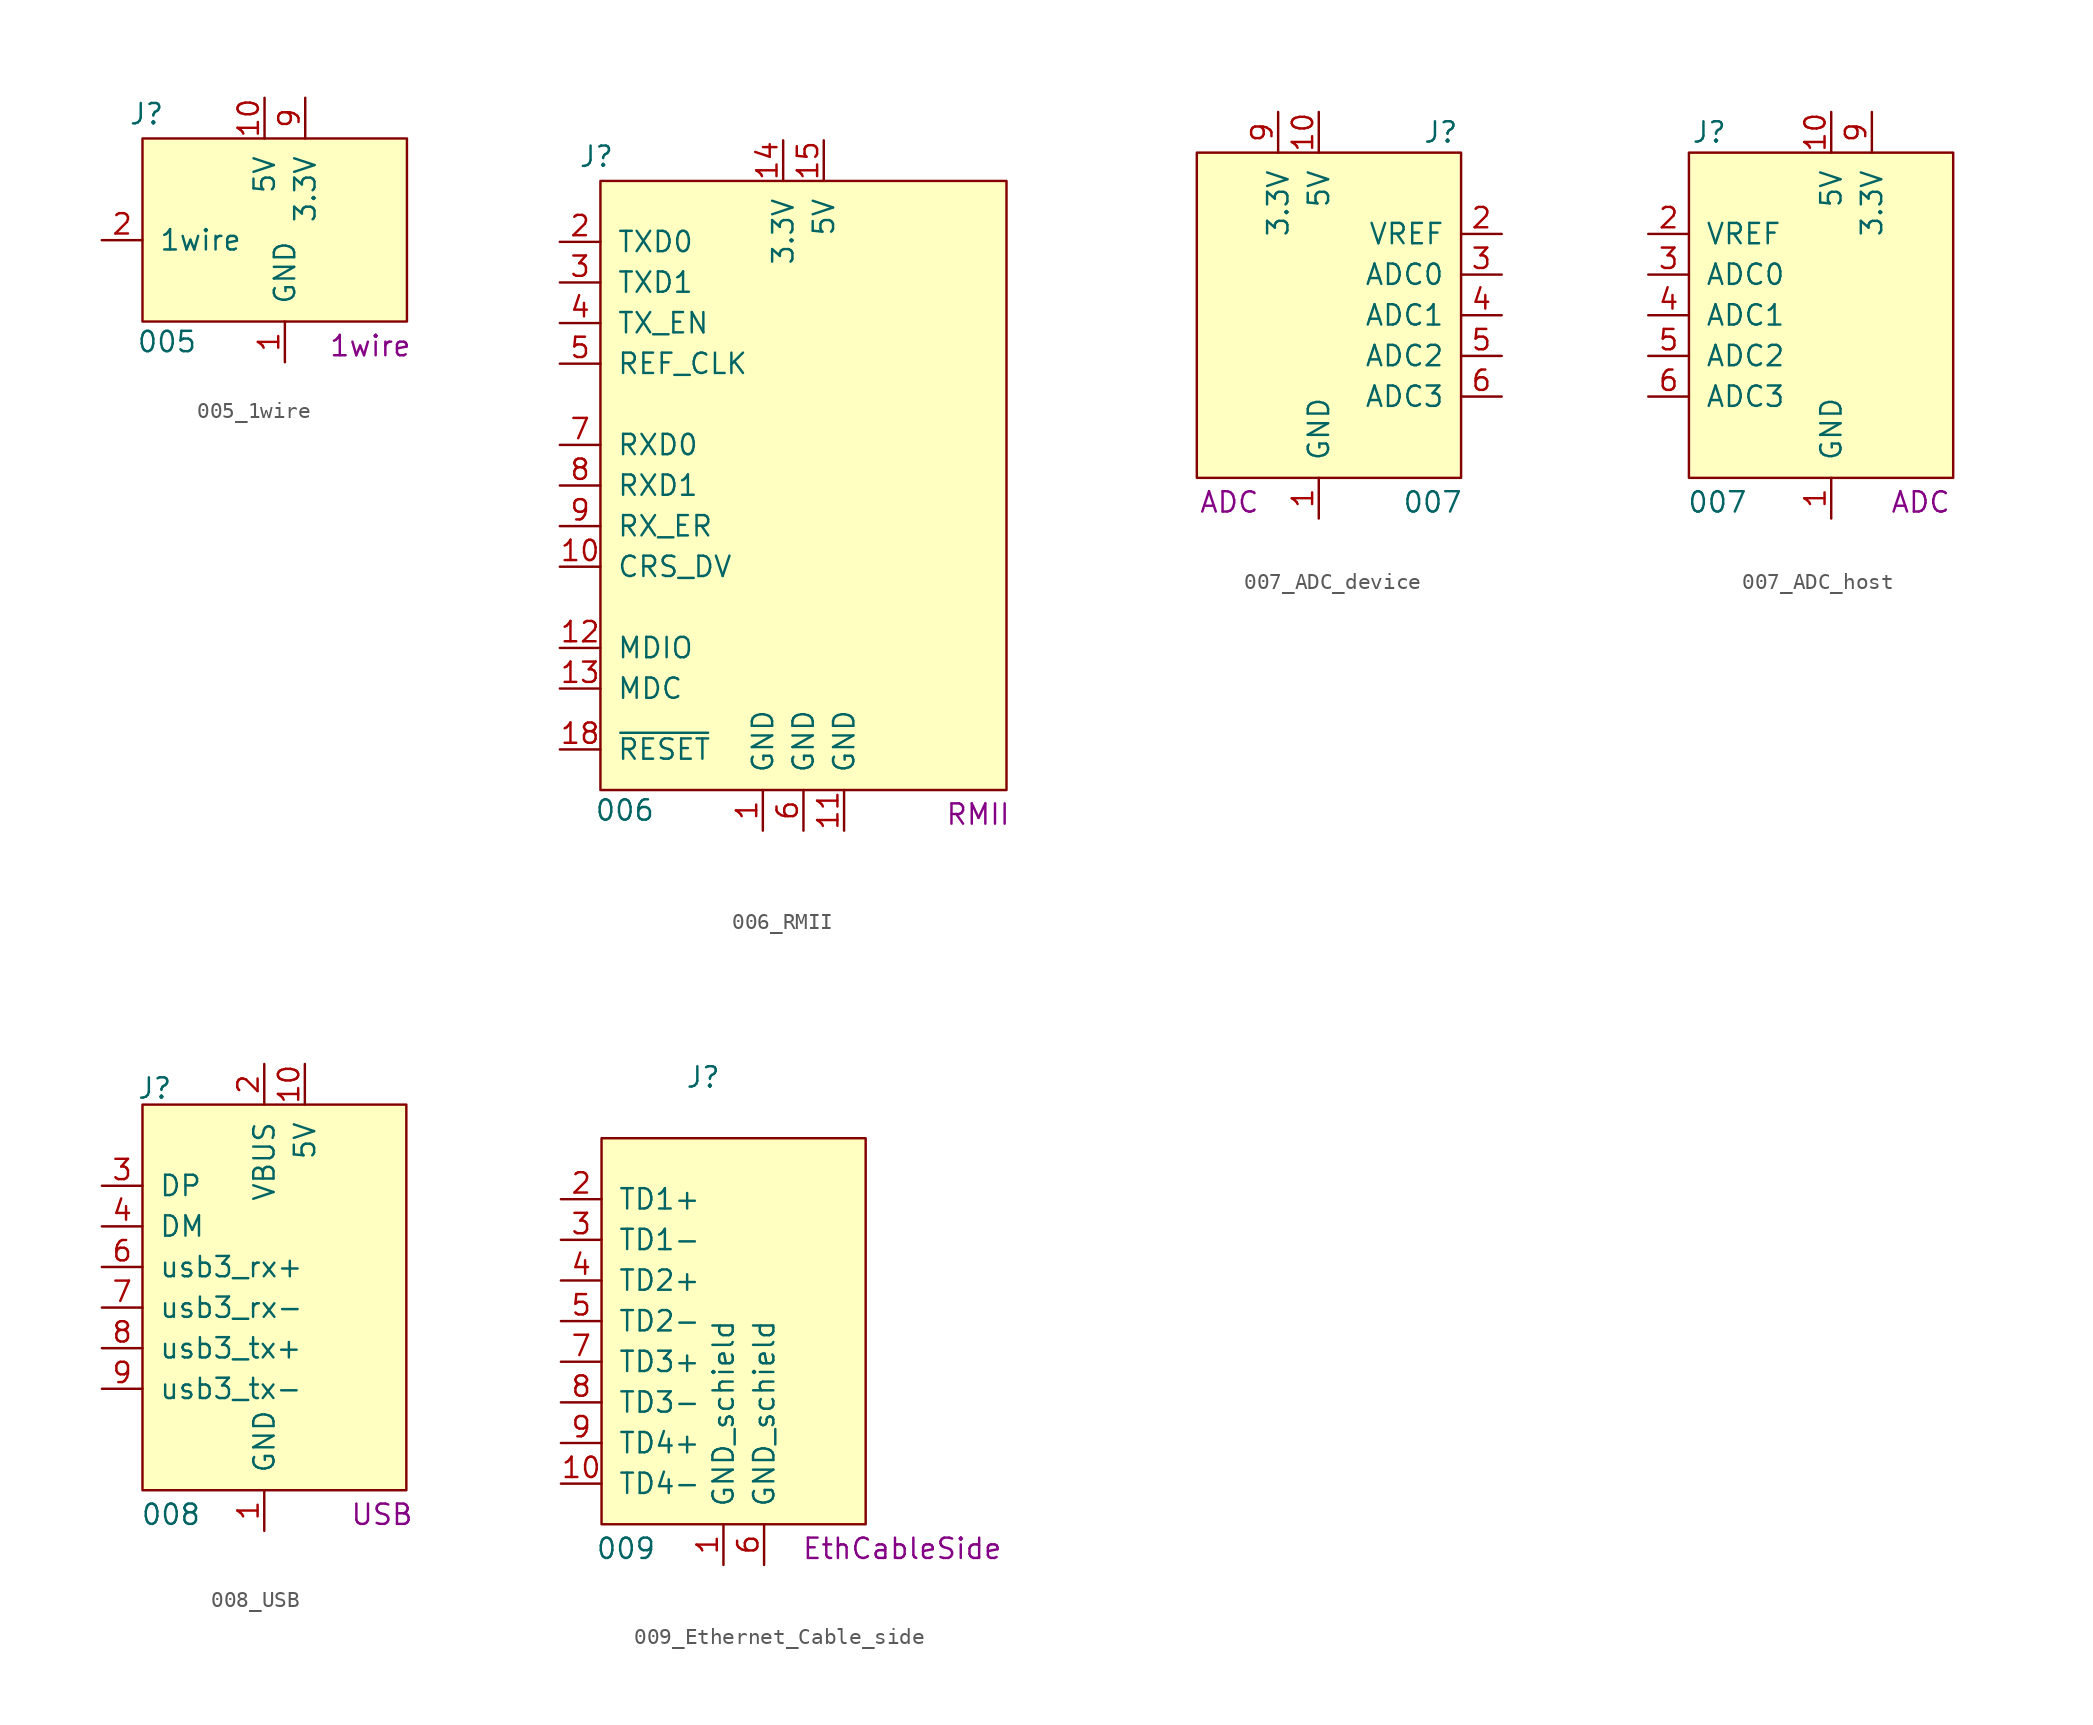
<source format=kicad_sym>
(kicad_symbol_lib
  (version 20241209)
  (generator "kicad_symbol_editor")
  (generator_version "9.0")
  (symbol "005_1wire"
    (pin_names
      (offset 1.016))
    (property "Reference" "J"
      (at -8.636 14.224 0)
      (effects (font (size 1.27 1.27))))
    (property "Value" "005"
      (at -7.366 0 0)
      (effects (font (size 1.27 1.27))))
    (property "Type" "1wire"
      (at 5.334 -0.254 0)
      (effects (font (size 1.27 1.27))))
    (symbol "005_1wire_0_1"
      (rectangle (start -8.89 12.7) (end 7.62 1.27) (stroke (width 0) (type default)) (fill (type background))))
    (symbol "005_1wire_1_1"
      (pin bidirectional line (at -11.43 6.35 0) (length 2.54) (name "1wire" (effects (font (size 1.27 1.27)))) (number "2" (effects (font (size 1.27 1.27)))))
      (pin passive line (at -1.27 15.24 270) (length 2.54) (name "5V" (effects (font (size 1.27 1.27)))) (number "10" (effects (font (size 1.27 1.27)))))
      (pin passive line (at 0 -1.27 90) (length 2.54) (name "GND" (effects (font (size 1.27 1.27)))) (number "1" (effects (font (size 1.27 1.27)))))
      (pin passive line (at 1.27 15.24 270) (length 2.54) (name "3.3V" (effects (font (size 1.27 1.27)))) (number "9" (effects (font (size 1.27 1.27)))))))
  (symbol "006_RMII"
    (pin_names
      (offset 1.016))
    (property "Reference" "J"
      (at -12.954 21.844 0)
      (effects (font (size 1.27 1.27))))
    (property "Value" "006"
      (at -11.176 -19.05 0)
      (effects (font (size 1.27 1.27))))
    (property "Type" "RMII"
      (at 10.922 -19.304 0)
      (effects (font (size 1.27 1.27))))
    (symbol "006_RMII_0_1"
      (rectangle (start -12.7 20.32) (end 12.7 -17.78) (stroke (width 0) (type default)) (fill (type background))))
    (symbol "006_RMII_1_1"
      (pin bidirectional line (at -15.24 16.51 0) (length 2.54) (name "TXD0" (effects (font (size 1.27 1.27)))) (number "2" (effects (font (size 1.27 1.27)))))
      (pin bidirectional line (at -15.24 13.97 0) (length 2.54) (name "TXD1" (effects (font (size 1.27 1.27)))) (number "3" (effects (font (size 1.27 1.27)))))
      (pin bidirectional line (at -15.24 11.43 0) (length 2.54) (name "TX_EN" (effects (font (size 1.27 1.27)))) (number "4" (effects (font (size 1.27 1.27)))))
      (pin bidirectional line (at -15.24 8.89 0) (length 2.54) (name "REF_CLK" (effects (font (size 1.27 1.27)))) (number "5" (effects (font (size 1.27 1.27)))))
      (pin bidirectional line (at -15.24 3.81 0) (length 2.54) (name "RXD0" (effects (font (size 1.27 1.27)))) (number "7" (effects (font (size 1.27 1.27)))))
      (pin bidirectional line (at -15.24 1.27 0) (length 2.54) (name "RXD1" (effects (font (size 1.27 1.27)))) (number "8" (effects (font (size 1.27 1.27)))))
      (pin bidirectional line (at -15.24 -1.27 0) (length 2.54) (name "RX_ER" (effects (font (size 1.27 1.27)))) (number "9" (effects (font (size 1.27 1.27)))))
      (pin bidirectional line (at -15.24 -3.81 0) (length 2.54) (name "CRS_DV" (effects (font (size 1.27 1.27)))) (number "10" (effects (font (size 1.27 1.27)))))
      (pin bidirectional line (at -15.24 -8.89 0) (length 2.54) (name "MDIO" (effects (font (size 1.27 1.27)))) (number "12" (effects (font (size 1.27 1.27)))))
      (pin bidirectional line (at -15.24 -11.43 0) (length 2.54) (name "MDC" (effects (font (size 1.27 1.27)))) (number "13" (effects (font (size 1.27 1.27)))))
      (pin bidirectional line (at -15.24 -15.24 0) (length 2.54) (name "~{RESET}" (effects (font (size 1.27 1.27)))) (number "18" (effects (font (size 1.27 1.27)))))
      (pin passive line (at -2.54 -20.32 90) (length 2.54) (name "GND" (effects (font (size 1.27 1.27)))) (number "1" (effects (font (size 1.27 1.27)))))
      (pin passive line (at -1.27 22.86 270) (length 2.54) (name "3.3V" (effects (font (size 1.27 1.27)))) (number "14" (effects (font (size 1.27 1.27)))))
      (pin passive line (at 0 -20.32 90) (length 2.54) (name "GND" (effects (font (size 1.27 1.27)))) (number "6" (effects (font (size 1.27 1.27)))))
      (pin passive line (at 1.27 22.86 270) (length 2.54) (name "5V" (effects (font (size 1.27 1.27)))) (number "15" (effects (font (size 1.27 1.27)))))
      (pin passive line (at 2.54 -20.32 90) (length 2.54) (name "GND" (effects (font (size 1.27 1.27)))) (number "11" (effects (font (size 1.27 1.27)))))))
  (symbol "007_ADC_device"
    (pin_names
      (offset 1.016))
    (property "Reference" "J"
      (at 7.62 13.97 0)
      (effects (font (size 1.27 1.27))))
    (property "Value" "007"
      (at 7.112 -9.144 0)
      (effects (font (size 1.27 1.27))))
    (property "Type" "ADC"
      (at -5.588 -9.144 0)
      (effects (font (size 1.27 1.27))))
    (symbol "007_ADC_device_0_1"
      (rectangle (start 8.89 12.7) (end -7.62 -7.62) (stroke (width 0) (type default)) (fill (type background))))
    (symbol "007_ADC_device_1_0"
      (pin no_connect line (at -10.16 3.81 0) (length 2.54) (hide yes) (name "NC" (effects (font (size 1.27 1.27)))) (number "7" (effects (font (size 1.27 1.27)))))
      (pin no_connect line (at -10.16 1.27 0) (length 2.54) (hide yes) (name "NC" (effects (font (size 1.27 1.27)))) (number "8" (effects (font (size 1.27 1.27))))))
    (symbol "007_ADC_device_1_1"
      (pin power_out line (at -2.54 15.24 270) (length 2.54) (name "3.3V" (effects (font (size 1.27 1.27)))) (number "9" (effects (font (size 1.27 1.27)))))
      (pin power_out line (at 0 15.24 270) (length 2.54) (name "5V" (effects (font (size 1.27 1.27)))) (number "10" (effects (font (size 1.27 1.27)))))
      (pin passive line (at 0 -10.16 90) (length 2.54) (name "GND" (effects (font (size 1.27 1.27)))) (number "1" (effects (font (size 1.27 1.27)))))
      (pin output line (at 11.43 7.62 180) (length 2.54) (name "VREF" (effects (font (size 1.27 1.27)))) (number "2" (effects (font (size 1.27 1.27)))))
      (pin input line (at 11.43 5.08 180) (length 2.54) (name "ADC0" (effects (font (size 1.27 1.27)))) (number "3" (effects (font (size 1.27 1.27)))))
      (pin input line (at 11.43 2.54 180) (length 2.54) (name "ADC1" (effects (font (size 1.27 1.27)))) (number "4" (effects (font (size 1.27 1.27)))))
      (pin input line (at 11.43 0 180) (length 2.54) (name "ADC2" (effects (font (size 1.27 1.27)))) (number "5" (effects (font (size 1.27 1.27)))))
      (pin input line (at 11.43 -2.54 180) (length 2.54) (name "ADC3" (effects (font (size 1.27 1.27)))) (number "6" (effects (font (size 1.27 1.27)))))))
  (symbol "007_ADC_host"
    (pin_names
      (offset 1.016))
    (property "Reference" "J"
      (at -7.62 13.97 0)
      (effects (font (size 1.27 1.27))))
    (property "Value" "007"
      (at -7.112 -9.144 0)
      (effects (font (size 1.27 1.27))))
    (property "Type" "ADC"
      (at 5.588 -9.144 0)
      (effects (font (size 1.27 1.27))))
    (symbol "007_ADC_host_0_1"
      (rectangle (start -8.89 12.7) (end 7.62 -7.62) (stroke (width 0) (type default)) (fill (type background))))
    (symbol "007_ADC_host_1_0"
      (pin no_connect line (at 10.16 3.81 180) (length 2.54) (hide yes) (name "NC" (effects (font (size 1.27 1.27)))) (number "7" (effects (font (size 1.27 1.27)))))
      (pin no_connect line (at 10.16 1.27 180) (length 2.54) (hide yes) (name "NC" (effects (font (size 1.27 1.27)))) (number "8" (effects (font (size 1.27 1.27))))))
    (symbol "007_ADC_host_1_1"
      (pin input line (at -11.43 7.62 0) (length 2.54) (name "VREF" (effects (font (size 1.27 1.27)))) (number "2" (effects (font (size 1.27 1.27)))))
      (pin output line (at -11.43 5.08 0) (length 2.54) (name "ADC0" (effects (font (size 1.27 1.27)))) (number "3" (effects (font (size 1.27 1.27)))))
      (pin output line (at -11.43 2.54 0) (length 2.54) (name "ADC1" (effects (font (size 1.27 1.27)))) (number "4" (effects (font (size 1.27 1.27)))))
      (pin output line (at -11.43 0 0) (length 2.54) (name "ADC2" (effects (font (size 1.27 1.27)))) (number "5" (effects (font (size 1.27 1.27)))))
      (pin output line (at -11.43 -2.54 0) (length 2.54) (name "ADC3" (effects (font (size 1.27 1.27)))) (number "6" (effects (font (size 1.27 1.27)))))
      (pin power_in line (at 0 15.24 270) (length 2.54) (name "5V" (effects (font (size 1.27 1.27)))) (number "10" (effects (font (size 1.27 1.27)))))
      (pin passive line (at 0 -10.16 90) (length 2.54) (name "GND" (effects (font (size 1.27 1.27)))) (number "1" (effects (font (size 1.27 1.27)))))
      (pin power_in line (at 2.54 15.24 270) (length 2.54) (name "3.3V" (effects (font (size 1.27 1.27)))) (number "9" (effects (font (size 1.27 1.27)))))))
  (symbol "008_USB"
    (pin_names
      (offset 1.016))
    (property "Reference" "J"
      (at -8.128 13.716 0)
      (effects (font (size 1.27 1.27))))
    (property "Value" "008"
      (at -7.112 -12.954 0)
      (effects (font (size 1.27 1.27))))
    (property "Type" "USB"
      (at 6.096 -12.954 0)
      (effects (font (size 1.27 1.27))))
    (symbol "008_USB_0_1"
      (rectangle (start -8.89 12.7) (end 7.62 -11.43) (stroke (width 0) (type default)) (fill (type background))))
    (symbol "008_USB_1_1"
      (pin bidirectional line (at -11.43 7.62 0) (length 2.54) (name "DP" (effects (font (size 1.27 1.27)))) (number "3" (effects (font (size 1.27 1.27)))))
      (pin bidirectional line (at -11.43 5.08 0) (length 2.54) (name "DM" (effects (font (size 1.27 1.27)))) (number "4" (effects (font (size 1.27 1.27)))))
      (pin bidirectional line (at -11.43 2.54 0) (length 2.54) (name "usb3_rx+" (effects (font (size 1.27 1.27)))) (number "6" (effects (font (size 1.27 1.27)))))
      (pin bidirectional line (at -11.43 0 0) (length 2.54) (name "usb3_rx-" (effects (font (size 1.27 1.27)))) (number "7" (effects (font (size 1.27 1.27)))))
      (pin bidirectional line (at -11.43 -2.54 0) (length 2.54) (name "usb3_tx+" (effects (font (size 1.27 1.27)))) (number "8" (effects (font (size 1.27 1.27)))))
      (pin bidirectional line (at -11.43 -5.08 0) (length 2.54) (name "usb3_tx-" (effects (font (size 1.27 1.27)))) (number "9" (effects (font (size 1.27 1.27)))))
      (pin passive line (at -1.27 15.24 270) (length 2.54) (name "VBUS" (effects (font (size 1.27 1.27)))) (number "2" (effects (font (size 1.27 1.27)))))
      (pin power_in line (at -1.27 -13.97 90) (length 2.54) (name "GND" (effects (font (size 1.27 1.27)))) (number "1" (effects (font (size 1.27 1.27)))))
      (pin passive line (at 1.27 15.24 270) (length 2.54) (name "5V" (effects (font (size 1.27 1.27)))) (number "10" (effects (font (size 1.27 1.27)))))))
  (symbol "009_Ethernet_Cable_side"
    (pin_names
      (offset 1.016))
    (property "Reference" "J"
      (at -2.54 16.51 0)
      (effects (font (size 1.27 1.27))))
    (property "Value" "009"
      (at -7.366 -12.954 0)
      (effects (font (size 1.27 1.27))))
    (property "Type" "EthCableSide"
      (at 9.906 -12.954 0)
      (effects (font (size 1.27 1.27))))
    (symbol "009_Ethernet_Cable_side_0_1"
      (rectangle (start -8.89 12.7) (end 7.62 -11.43) (stroke (width 0) (type default)) (fill (type background))))
    (symbol "009_Ethernet_Cable_side_1_1"
      (pin bidirectional line (at -11.43 8.89 0) (length 2.54) (name "TD1+" (effects (font (size 1.27 1.27)))) (number "2" (effects (font (size 1.27 1.27)))))
      (pin bidirectional line (at -11.43 6.35 0) (length 2.54) (name "TD1-" (effects (font (size 1.27 1.27)))) (number "3" (effects (font (size 1.27 1.27)))))
      (pin bidirectional line (at -11.43 3.81 0) (length 2.54) (name "TD2+" (effects (font (size 1.27 1.27)))) (number "4" (effects (font (size 1.27 1.27)))))
      (pin bidirectional line (at -11.43 1.27 0) (length 2.54) (name "TD2-" (effects (font (size 1.27 1.27)))) (number "5" (effects (font (size 1.27 1.27)))))
      (pin bidirectional line (at -11.43 -1.27 0) (length 2.54) (name "TD3+" (effects (font (size 1.27 1.27)))) (number "7" (effects (font (size 1.27 1.27)))))
      (pin bidirectional line (at -11.43 -3.81 0) (length 2.54) (name "TD3-" (effects (font (size 1.27 1.27)))) (number "8" (effects (font (size 1.27 1.27)))))
      (pin bidirectional line (at -11.43 -6.35 0) (length 2.54) (name "TD4+" (effects (font (size 1.27 1.27)))) (number "9" (effects (font (size 1.27 1.27)))))
      (pin bidirectional line (at -11.43 -8.89 0) (length 2.54) (name "TD4-" (effects (font (size 1.27 1.27)))) (number "10" (effects (font (size 1.27 1.27)))))
      (pin power_in line (at -1.27 -13.97 90) (length 2.54) (name "GND_schield" (effects (font (size 1.27 1.27)))) (number "1" (effects (font (size 1.27 1.27)))))
      (pin power_in line (at 1.27 -13.97 90) (length 2.54) (name "GND_schield" (effects (font (size 1.27 1.27)))) (number "6" (effects (font (size 1.27 1.27))))))))
</source>
